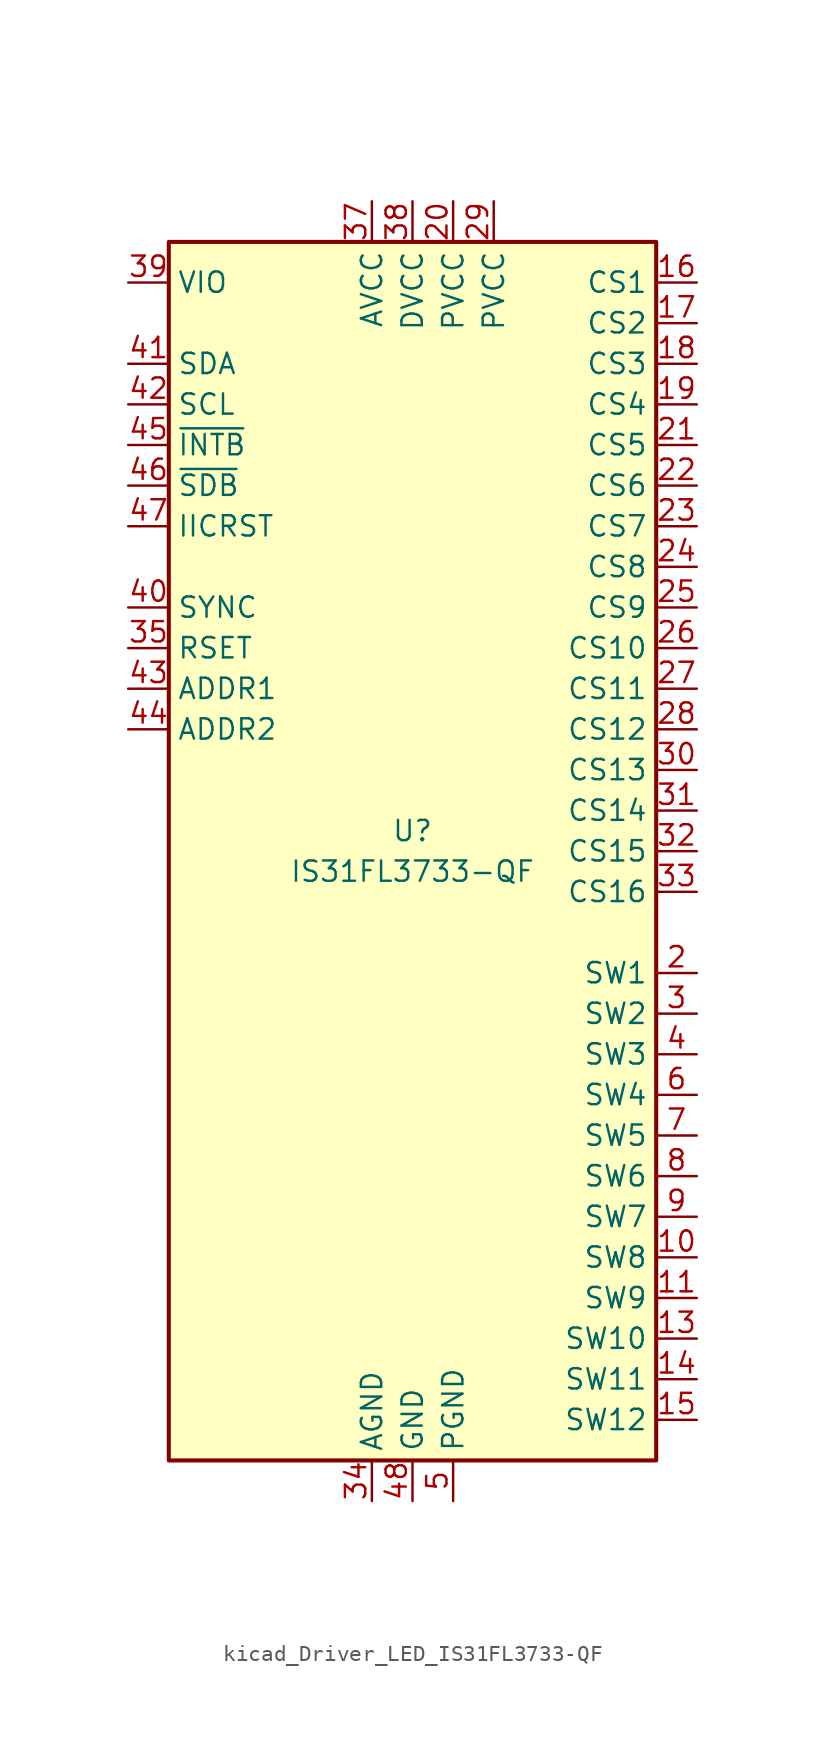
<source format=kicad_sym>
(kicad_symbol_lib
  (version 20220914)
  (generator kicad_symbol_editor)
  (symbol "kicad_Driver_LED_IS31FL3733-QF"
    (property "Reference" "U"
      (at 0 1.27 0)
      (effects (font (size 1.27 1.27))))
    (property "Value" "IS31FL3733-QF"
      (at 0 -1.27 0)
      (effects (font (size 1.27 1.27))))
    (symbol "kicad_Driver_LED_IS31FL3733-QF_0_1"
      (rectangle (start -15.24 38.1) (end 15.24 -38.1) (stroke (width 0.254) (type default)) (fill (type background))))
    (symbol "kicad_Driver_LED_IS31FL3733-QF_1_1"
      (pin no_connect line (at -15.24 -33.02 0) (length 2.54) hide (name "NC" (effects (font (size 1.27 1.27)))) (number "1" (effects (font (size 1.27 1.27)))))
      (pin input line (at 17.78 -25.4 180) (length 2.54) (name "SW8" (effects (font (size 1.27 1.27)))) (number "10" (effects (font (size 1.27 1.27)))))
      (pin input line (at 17.78 -27.94 180) (length 2.54) (name "SW9" (effects (font (size 1.27 1.27)))) (number "11" (effects (font (size 1.27 1.27)))))
      (pin passive line (at 2.54 -40.64 90) (length 2.54) hide (name "PGND" (effects (font (size 1.27 1.27)))) (number "12" (effects (font (size 1.27 1.27)))))
      (pin input line (at 17.78 -30.48 180) (length 2.54) (name "SW10" (effects (font (size 1.27 1.27)))) (number "13" (effects (font (size 1.27 1.27)))))
      (pin input line (at 17.78 -33.02 180) (length 2.54) (name "SW11" (effects (font (size 1.27 1.27)))) (number "14" (effects (font (size 1.27 1.27)))))
      (pin input line (at 17.78 -35.56 180) (length 2.54) (name "SW12" (effects (font (size 1.27 1.27)))) (number "15" (effects (font (size 1.27 1.27)))))
      (pin output line (at 17.78 35.56 180) (length 2.54) (name "CS1" (effects (font (size 1.27 1.27)))) (number "16" (effects (font (size 1.27 1.27)))))
      (pin output line (at 17.78 33.02 180) (length 2.54) (name "CS2" (effects (font (size 1.27 1.27)))) (number "17" (effects (font (size 1.27 1.27)))))
      (pin output line (at 17.78 30.48 180) (length 2.54) (name "CS3" (effects (font (size 1.27 1.27)))) (number "18" (effects (font (size 1.27 1.27)))))
      (pin output line (at 17.78 27.94 180) (length 2.54) (name "CS4" (effects (font (size 1.27 1.27)))) (number "19" (effects (font (size 1.27 1.27)))))
      (pin input line (at 17.78 -7.62 180) (length 2.54) (name "SW1" (effects (font (size 1.27 1.27)))) (number "2" (effects (font (size 1.27 1.27)))))
      (pin power_in line (at 2.54 40.64 270) (length 2.54) (name "PVCC" (effects (font (size 1.27 1.27)))) (number "20" (effects (font (size 1.27 1.27)))))
      (pin output line (at 17.78 25.4 180) (length 2.54) (name "CS5" (effects (font (size 1.27 1.27)))) (number "21" (effects (font (size 1.27 1.27)))))
      (pin output line (at 17.78 22.86 180) (length 2.54) (name "CS6" (effects (font (size 1.27 1.27)))) (number "22" (effects (font (size 1.27 1.27)))))
      (pin output line (at 17.78 20.32 180) (length 2.54) (name "CS7" (effects (font (size 1.27 1.27)))) (number "23" (effects (font (size 1.27 1.27)))))
      (pin output line (at 17.78 17.78 180) (length 2.54) (name "CS8" (effects (font (size 1.27 1.27)))) (number "24" (effects (font (size 1.27 1.27)))))
      (pin output line (at 17.78 15.24 180) (length 2.54) (name "CS9" (effects (font (size 1.27 1.27)))) (number "25" (effects (font (size 1.27 1.27)))))
      (pin output line (at 17.78 12.7 180) (length 2.54) (name "CS10" (effects (font (size 1.27 1.27)))) (number "26" (effects (font (size 1.27 1.27)))))
      (pin output line (at 17.78 10.16 180) (length 2.54) (name "CS11" (effects (font (size 1.27 1.27)))) (number "27" (effects (font (size 1.27 1.27)))))
      (pin output line (at 17.78 7.62 180) (length 2.54) (name "CS12" (effects (font (size 1.27 1.27)))) (number "28" (effects (font (size 1.27 1.27)))))
      (pin power_in line (at 5.08 40.64 270) (length 2.54) (name "PVCC" (effects (font (size 1.27 1.27)))) (number "29" (effects (font (size 1.27 1.27)))))
      (pin input line (at 17.78 -10.16 180) (length 2.54) (name "SW2" (effects (font (size 1.27 1.27)))) (number "3" (effects (font (size 1.27 1.27)))))
      (pin output line (at 17.78 5.08 180) (length 2.54) (name "CS13" (effects (font (size 1.27 1.27)))) (number "30" (effects (font (size 1.27 1.27)))))
      (pin output line (at 17.78 2.54 180) (length 2.54) (name "CS14" (effects (font (size 1.27 1.27)))) (number "31" (effects (font (size 1.27 1.27)))))
      (pin output line (at 17.78 0 180) (length 2.54) (name "CS15" (effects (font (size 1.27 1.27)))) (number "32" (effects (font (size 1.27 1.27)))))
      (pin output line (at 17.78 -2.54 180) (length 2.54) (name "CS16" (effects (font (size 1.27 1.27)))) (number "33" (effects (font (size 1.27 1.27)))))
      (pin power_in line (at -2.54 -40.64 90) (length 2.54) (name "AGND" (effects (font (size 1.27 1.27)))) (number "34" (effects (font (size 1.27 1.27)))))
      (pin passive line (at -17.78 12.7 0) (length 2.54) (name "RSET" (effects (font (size 1.27 1.27)))) (number "35" (effects (font (size 1.27 1.27)))))
      (pin no_connect line (at -15.24 -35.56 0) (length 2.54) hide (name "NC" (effects (font (size 1.27 1.27)))) (number "36" (effects (font (size 1.27 1.27)))))
      (pin power_in line (at -2.54 40.64 270) (length 2.54) (name "AVCC" (effects (font (size 1.27 1.27)))) (number "37" (effects (font (size 1.27 1.27)))))
      (pin power_in line (at 0 40.64 270) (length 2.54) (name "DVCC" (effects (font (size 1.27 1.27)))) (number "38" (effects (font (size 1.27 1.27)))))
      (pin input line (at -17.78 35.56 0) (length 2.54) (name "VIO" (effects (font (size 1.27 1.27)))) (number "39" (effects (font (size 1.27 1.27)))))
      (pin input line (at 17.78 -12.7 180) (length 2.54) (name "SW3" (effects (font (size 1.27 1.27)))) (number "4" (effects (font (size 1.27 1.27)))))
      (pin input line (at -17.78 15.24 0) (length 2.54) (name "SYNC" (effects (font (size 1.27 1.27)))) (number "40" (effects (font (size 1.27 1.27)))))
      (pin bidirectional line (at -17.78 30.48 0) (length 2.54) (name "SDA" (effects (font (size 1.27 1.27)))) (number "41" (effects (font (size 1.27 1.27)))))
      (pin input line (at -17.78 27.94 0) (length 2.54) (name "SCL" (effects (font (size 1.27 1.27)))) (number "42" (effects (font (size 1.27 1.27)))))
      (pin input line (at -17.78 10.16 0) (length 2.54) (name "ADDR1" (effects (font (size 1.27 1.27)))) (number "43" (effects (font (size 1.27 1.27)))))
      (pin input line (at -17.78 7.62 0) (length 2.54) (name "ADDR2" (effects (font (size 1.27 1.27)))) (number "44" (effects (font (size 1.27 1.27)))))
      (pin open_collector line (at -17.78 25.4 0) (length 2.54) (name "~{INTB}" (effects (font (size 1.27 1.27)))) (number "45" (effects (font (size 1.27 1.27)))))
      (pin input line (at -17.78 22.86 0) (length 2.54) (name "~{SDB}" (effects (font (size 1.27 1.27)))) (number "46" (effects (font (size 1.27 1.27)))))
      (pin input line (at -17.78 20.32 0) (length 2.54) (name "IICRST" (effects (font (size 1.27 1.27)))) (number "47" (effects (font (size 1.27 1.27)))))
      (pin power_in line (at 0 -40.64 90) (length 2.54) (name "GND" (effects (font (size 1.27 1.27)))) (number "48" (effects (font (size 1.27 1.27)))))
      (pin passive line (at 0 -40.64 90) (length 2.54) hide (name "GND" (effects (font (size 1.27 1.27)))) (number "49" (effects (font (size 1.27 1.27)))))
      (pin power_in line (at 2.54 -40.64 90) (length 2.54) (name "PGND" (effects (font (size 1.27 1.27)))) (number "5" (effects (font (size 1.27 1.27)))))
      (pin input line (at 17.78 -15.24 180) (length 2.54) (name "SW4" (effects (font (size 1.27 1.27)))) (number "6" (effects (font (size 1.27 1.27)))))
      (pin input line (at 17.78 -17.78 180) (length 2.54) (name "SW5" (effects (font (size 1.27 1.27)))) (number "7" (effects (font (size 1.27 1.27)))))
      (pin input line (at 17.78 -20.32 180) (length 2.54) (name "SW6" (effects (font (size 1.27 1.27)))) (number "8" (effects (font (size 1.27 1.27)))))
      (pin input line (at 17.78 -22.86 180) (length 2.54) (name "SW7" (effects (font (size 1.27 1.27)))) (number "9" (effects (font (size 1.27 1.27))))))))
</source>
